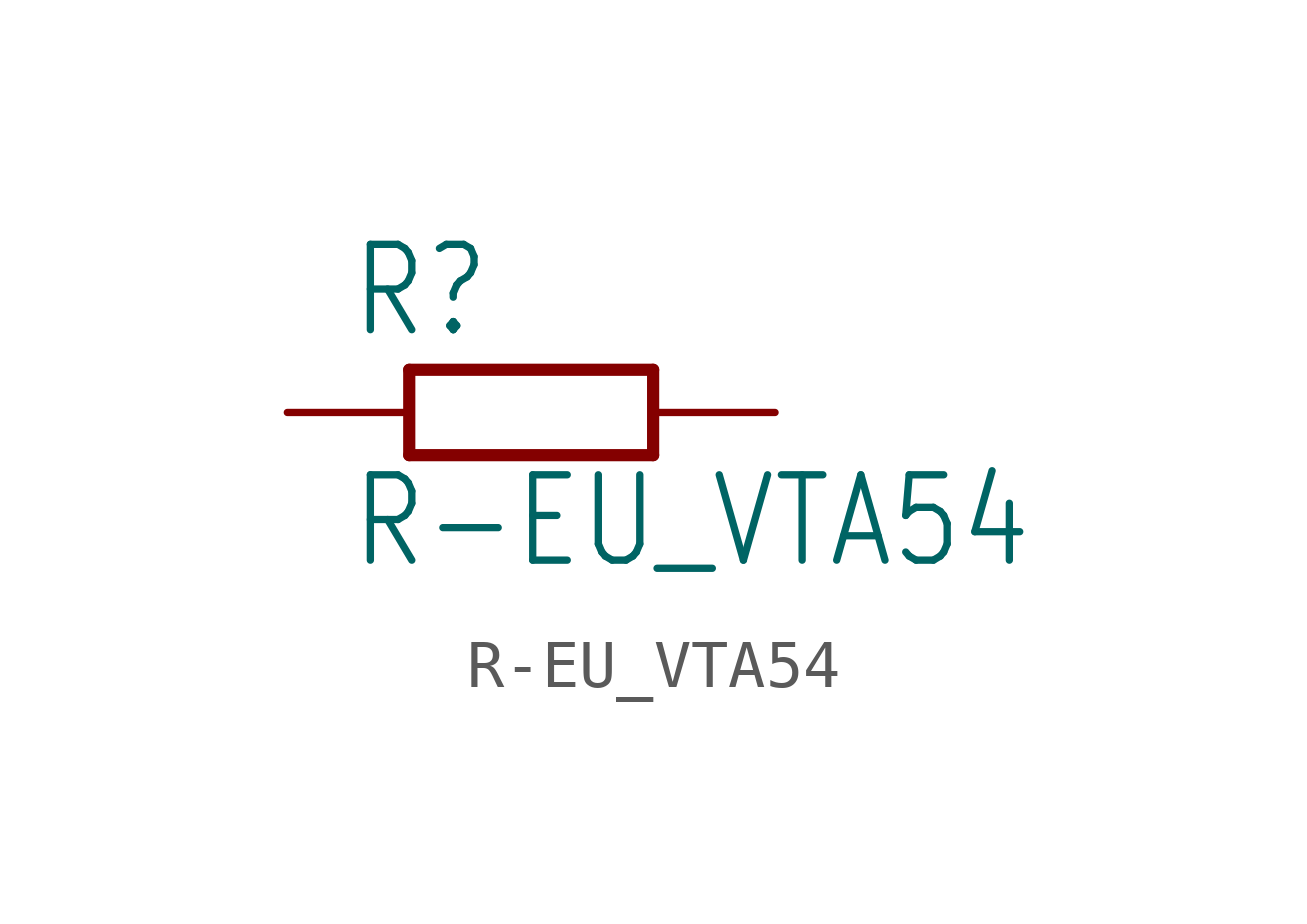
<source format=kicad_sym>
(kicad_symbol_lib
  (version 20210619)
  (generator kicad_symbol_editor)
  (symbol "R-EU_VTA54"
    (property "Reference" "R"
      (at -3.81 1.499 0)
      (effects (font (size 1.778 1.511)) (justify left bottom)))
    (property "Value" "R-EU_VTA54"
      (at -3.81 -3.302 0)
      (effects (font (size 1.778 1.511)) (justify left bottom)))
    (property "ki_locked" ""
      (at 0 0 0)
      (effects (font (size 1.27 1.27))))
    (symbol "R-EU_VTA54_1_0"
      (polyline (pts (xy -2.54 -0.889) (xy -2.54 0.889)) (stroke (width 0.254)) (fill (type none)))
      (polyline (pts (xy -2.54 -0.889) (xy 2.54 -0.889)) (stroke (width 0.254)) (fill (type none)))
      (polyline (pts (xy 2.54 -0.889) (xy 2.54 0.889)) (stroke (width 0.254)) (fill (type none)))
      (polyline (pts (xy 2.54 0.889) (xy -2.54 0.889)) (stroke (width 0.254)) (fill (type none)))
      (pin passive line (at -5.08 0 0) (length 2.54) (name "1" (effects (font (size 0 0)))) (number "1" (effects (font (size 0 0)))))
      (pin passive line (at 5.08 0 180) (length 2.54) (name "2" (effects (font (size 0 0)))) (number "2" (effects (font (size 0 0))))))))
</source>
